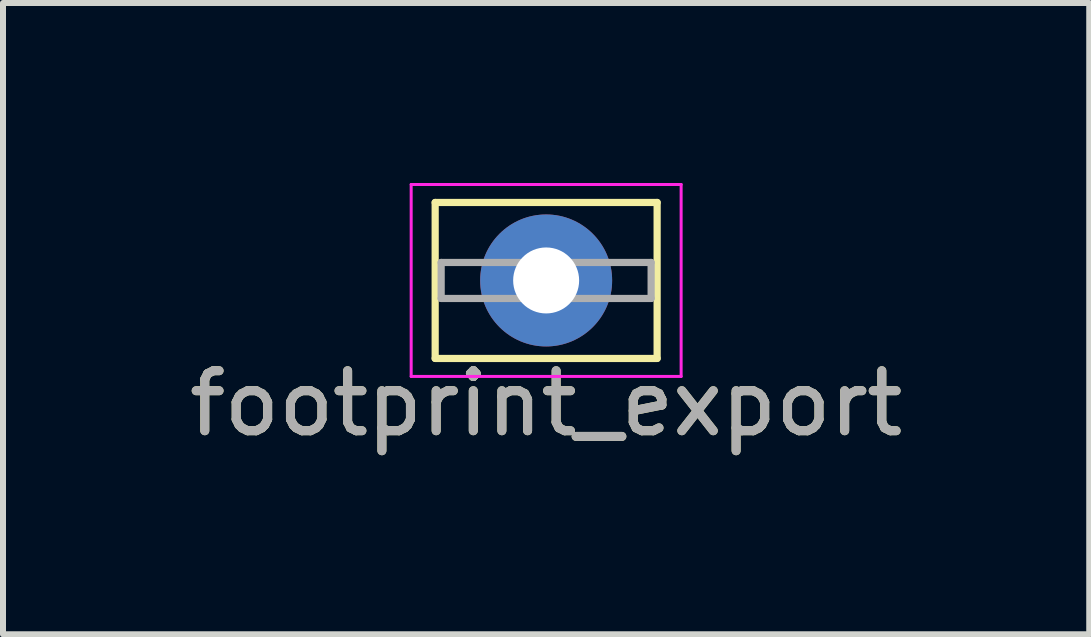
<source format=kicad_pcb>
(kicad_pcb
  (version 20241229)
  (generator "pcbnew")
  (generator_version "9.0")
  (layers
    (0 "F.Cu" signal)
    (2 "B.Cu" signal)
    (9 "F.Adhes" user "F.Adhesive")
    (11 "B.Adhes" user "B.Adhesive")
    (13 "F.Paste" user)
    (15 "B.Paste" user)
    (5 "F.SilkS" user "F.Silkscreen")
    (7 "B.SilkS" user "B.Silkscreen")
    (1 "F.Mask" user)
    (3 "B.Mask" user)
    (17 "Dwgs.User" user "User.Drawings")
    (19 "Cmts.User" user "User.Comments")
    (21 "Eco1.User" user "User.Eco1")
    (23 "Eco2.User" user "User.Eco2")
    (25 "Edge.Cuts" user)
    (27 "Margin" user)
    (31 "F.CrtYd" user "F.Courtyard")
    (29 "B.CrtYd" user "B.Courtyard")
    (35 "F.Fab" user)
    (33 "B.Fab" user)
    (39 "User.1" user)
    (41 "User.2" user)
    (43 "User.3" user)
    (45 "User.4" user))
  (footprint "footprint_export"
    (layer "F.Cu")
    (at 6.054 1.625)
    (property "Reference" "footprint_export" (at 0 2.05 0) (layer "F.SilkS") (effects (font (size 1 1) (thickness 0.15))))
    (attr through_hole)
    (fp_line (start -1.85 -1.3) (end -1.85 1.3) (stroke (width 0.12) (type solid)) (layer "F.SilkS"))
    (fp_line (start -1.85 -1.3) (end 1.85 -1.3) (stroke (width 0.12) (type solid)) (layer "F.SilkS"))
    (fp_line (start 1.85 -1.3) (end 1.85 1.3) (stroke (width 0.12) (type solid)) (layer "F.SilkS"))
    (fp_line (start 1.85 1.3) (end -1.85 1.3) (stroke (width 0.12) (type solid)) (layer "F.SilkS"))
    (fp_line (start -2.25 -1.6) (end -2.25 1.6) (stroke (width 0.05) (type solid)) (layer "F.CrtYd"))
    (fp_line (start -2.25 -1.6) (end 2.25 -1.6) (stroke (width 0.05) (type solid)) (layer "F.CrtYd"))
    (fp_line (start 2.25 1.6) (end -2.25 1.6) (stroke (width 0.05) (type solid)) (layer "F.CrtYd"))
    (fp_line (start 2.25 1.6) (end 2.25 -1.6) (stroke (width 0.05) (type solid)) (layer "F.CrtYd"))
    (fp_line (start -1.75 -0.3) (end 1.75 -0.3) (stroke (width 0.12) (type solid)) (layer "F.Fab"))
    (fp_line (start -1.75 0.3) (end -1.75 -0.3) (stroke (width 0.12) (type solid)) (layer "F.Fab"))
    (fp_line (start 1.75 -0.3) (end 1.75 0.3) (stroke (width 0.12) (type solid)) (layer "F.Fab"))
    (fp_line (start 1.75 0.3) (end -1.75 0.3) (stroke (width 0.12) (type solid)) (layer "F.Fab"))
    (fp_text user "${REFERENCE}" (at 0 2.05 0) (layer "F.Fab") (effects (font (size 1 1) (thickness 0.15))))
    (pad "1" thru_hole circle (at 0 0) (size 2.2 2.2) (drill 1.1) (layers "*.Cu" "*.Mask")))
  (gr_rect
    (start -3 -3)
    (end 15.107 7.523)
    (stroke (width 0.1) (type default))
    (fill no)
    (layer "Edge.Cuts")))
</source>
